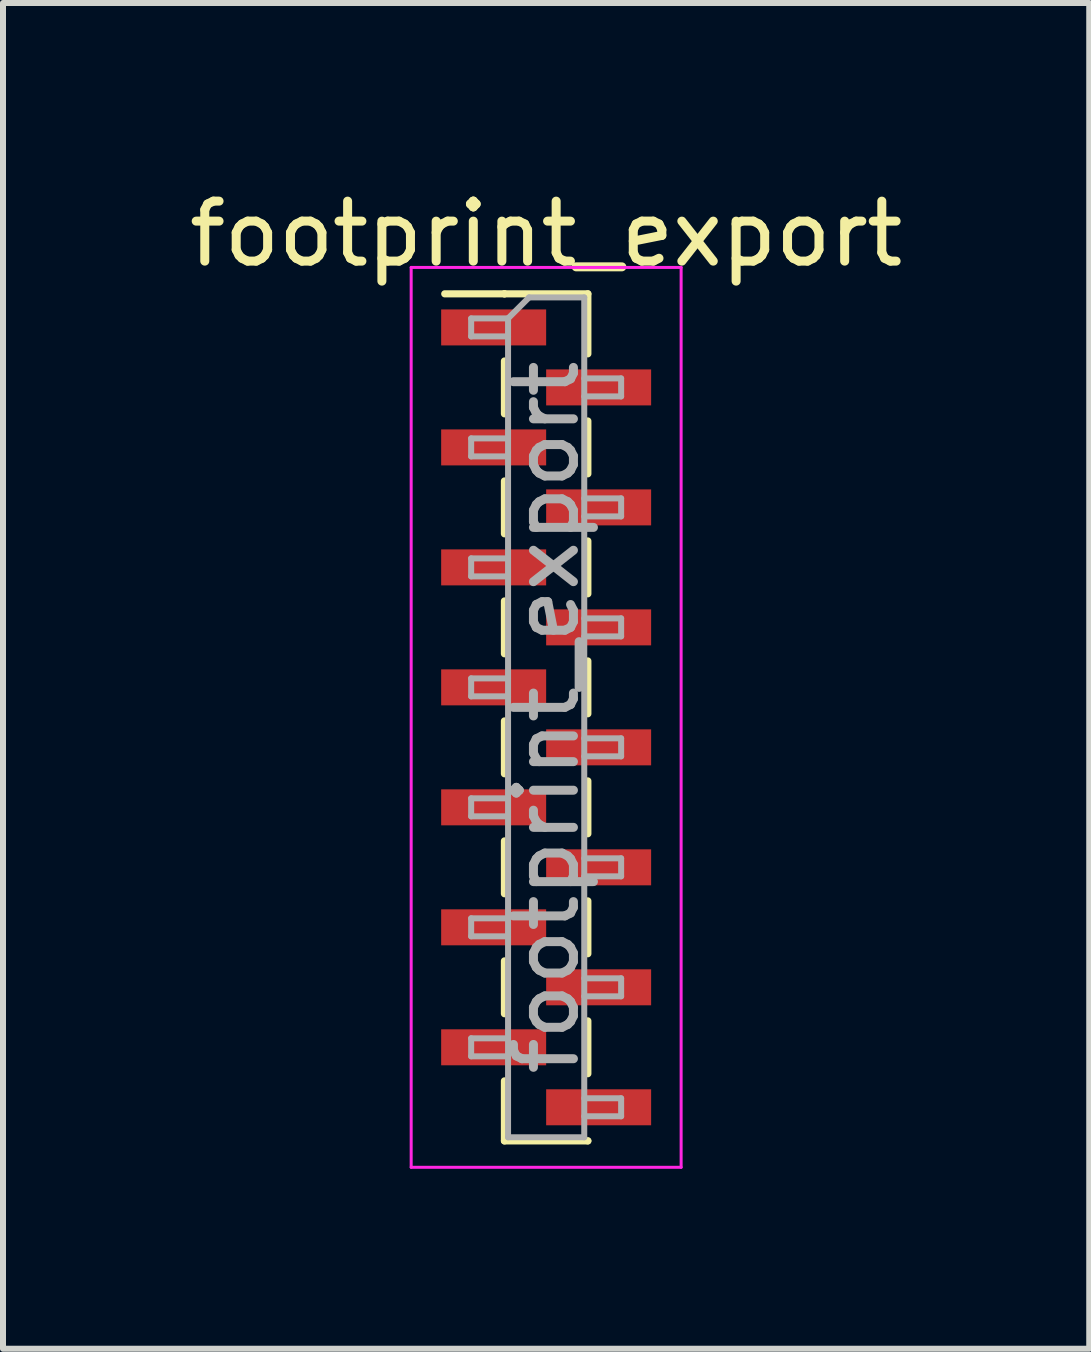
<source format=kicad_pcb>
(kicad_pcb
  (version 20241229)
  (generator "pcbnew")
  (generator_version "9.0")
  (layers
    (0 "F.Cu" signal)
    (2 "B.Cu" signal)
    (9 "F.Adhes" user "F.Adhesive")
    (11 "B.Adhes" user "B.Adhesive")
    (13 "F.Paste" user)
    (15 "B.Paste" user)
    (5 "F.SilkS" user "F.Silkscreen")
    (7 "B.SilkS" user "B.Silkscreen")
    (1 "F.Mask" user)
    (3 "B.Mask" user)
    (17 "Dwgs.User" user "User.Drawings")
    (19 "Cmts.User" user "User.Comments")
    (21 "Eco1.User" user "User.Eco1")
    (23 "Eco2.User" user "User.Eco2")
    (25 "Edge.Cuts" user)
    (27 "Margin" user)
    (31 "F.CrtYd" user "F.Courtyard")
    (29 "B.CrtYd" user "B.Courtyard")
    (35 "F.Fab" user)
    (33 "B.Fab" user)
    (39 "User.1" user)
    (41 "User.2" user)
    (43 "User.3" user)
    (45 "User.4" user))
  (footprint "footprint_export"
    (layer "F.Cu")
    (at 6.054 8.908)
    (property "Reference" "footprint_export" (at 0 -8.06 0) (layer "F.SilkS") (effects (font (size 1 1) (thickness 0.15))))
    (attr smd)
    (fp_line (start -0.695 -7.06) (end -1.69 -7.06) (stroke (width 0.12) (type solid)) (layer "F.SilkS"))
    (fp_line (start -0.695 -7.06) (end -0.695 -7.06) (stroke (width 0.12) (type solid)) (layer "F.SilkS"))
    (fp_line (start -0.695 -7.06) (end 0.695 -7.06) (stroke (width 0.12) (type solid)) (layer "F.SilkS"))
    (fp_line (start -0.695 -5.94) (end -0.695 -5.06) (stroke (width 0.12) (type solid)) (layer "F.SilkS"))
    (fp_line (start -0.695 -3.94) (end -0.695 -3.06) (stroke (width 0.12) (type solid)) (layer "F.SilkS"))
    (fp_line (start -0.695 -1.94) (end -0.695 -1.06) (stroke (width 0.12) (type solid)) (layer "F.SilkS"))
    (fp_line (start -0.695 0.06) (end -0.695 0.94) (stroke (width 0.12) (type solid)) (layer "F.SilkS"))
    (fp_line (start -0.695 2.06) (end -0.695 2.94) (stroke (width 0.12) (type solid)) (layer "F.SilkS"))
    (fp_line (start -0.695 4.06) (end -0.695 4.94) (stroke (width 0.12) (type solid)) (layer "F.SilkS"))
    (fp_line (start -0.695 6.06) (end -0.695 7.06) (stroke (width 0.12) (type solid)) (layer "F.SilkS"))
    (fp_line (start -0.695 7.06) (end 0.695 7.06) (stroke (width 0.12) (type solid)) (layer "F.SilkS"))
    (fp_line (start 0.695 -7.06) (end 0.695 -6.06) (stroke (width 0.12) (type solid)) (layer "F.SilkS"))
    (fp_line (start 0.695 -4.94) (end 0.695 -4.06) (stroke (width 0.12) (type solid)) (layer "F.SilkS"))
    (fp_line (start 0.695 -2.94) (end 0.695 -2.06) (stroke (width 0.12) (type solid)) (layer "F.SilkS"))
    (fp_line (start 0.695 -0.94) (end 0.695 -0.06) (stroke (width 0.12) (type solid)) (layer "F.SilkS"))
    (fp_line (start 0.695 1.06) (end 0.695 1.94) (stroke (width 0.12) (type solid)) (layer "F.SilkS"))
    (fp_line (start 0.695 3.06) (end 0.695 3.94) (stroke (width 0.12) (type solid)) (layer "F.SilkS"))
    (fp_line (start 0.695 5.06) (end 0.695 5.94) (stroke (width 0.12) (type solid)) (layer "F.SilkS"))
    (fp_line (start 0.695 7.06) (end 0.695 7.06) (stroke (width 0.12) (type solid)) (layer "F.SilkS"))
    (fp_line (start -2.25 -7.5) (end -2.25 7.5) (stroke (width 0.05) (type solid)) (layer "F.CrtYd"))
    (fp_line (start -2.25 7.5) (end 2.25 7.5) (stroke (width 0.05) (type solid)) (layer "F.CrtYd"))
    (fp_line (start 2.25 -7.5) (end -2.25 -7.5) (stroke (width 0.05) (type solid)) (layer "F.CrtYd"))
    (fp_line (start 2.25 7.5) (end 2.25 -7.5) (stroke (width 0.05) (type solid)) (layer "F.CrtYd"))
    (fp_line (start -1.25 -6.65) (end -1.25 -6.35) (stroke (width 0.1) (type solid)) (layer "F.Fab"))
    (fp_line (start -1.25 -6.35) (end -0.635 -6.35) (stroke (width 0.1) (type solid)) (layer "F.Fab"))
    (fp_line (start -1.25 -4.65) (end -1.25 -4.35) (stroke (width 0.1) (type solid)) (layer "F.Fab"))
    (fp_line (start -1.25 -4.35) (end -0.635 -4.35) (stroke (width 0.1) (type solid)) (layer "F.Fab"))
    (fp_line (start -1.25 -2.65) (end -1.25 -2.35) (stroke (width 0.1) (type solid)) (layer "F.Fab"))
    (fp_line (start -1.25 -2.35) (end -0.635 -2.35) (stroke (width 0.1) (type solid)) (layer "F.Fab"))
    (fp_line (start -1.25 -0.65) (end -1.25 -0.35) (stroke (width 0.1) (type solid)) (layer "F.Fab"))
    (fp_line (start -1.25 -0.35) (end -0.635 -0.35) (stroke (width 0.1) (type solid)) (layer "F.Fab"))
    (fp_line (start -1.25 1.35) (end -1.25 1.65) (stroke (width 0.1) (type solid)) (layer "F.Fab"))
    (fp_line (start -1.25 1.65) (end -0.635 1.65) (stroke (width 0.1) (type solid)) (layer "F.Fab"))
    (fp_line (start -1.25 3.35) (end -1.25 3.65) (stroke (width 0.1) (type solid)) (layer "F.Fab"))
    (fp_line (start -1.25 3.65) (end -0.635 3.65) (stroke (width 0.1) (type solid)) (layer "F.Fab"))
    (fp_line (start -1.25 5.35) (end -1.25 5.65) (stroke (width 0.1) (type solid)) (layer "F.Fab"))
    (fp_line (start -1.25 5.65) (end -0.635 5.65) (stroke (width 0.1) (type solid)) (layer "F.Fab"))
    (fp_line (start -0.635 -6.65) (end -1.25 -6.65) (stroke (width 0.1) (type solid)) (layer "F.Fab"))
    (fp_line (start -0.635 -6.65) (end -0.285 -7) (stroke (width 0.1) (type solid)) (layer "F.Fab"))
    (fp_line (start -0.635 -4.65) (end -1.25 -4.65) (stroke (width 0.1) (type solid)) (layer "F.Fab"))
    (fp_line (start -0.635 -2.65) (end -1.25 -2.65) (stroke (width 0.1) (type solid)) (layer "F.Fab"))
    (fp_line (start -0.635 -0.65) (end -1.25 -0.65) (stroke (width 0.1) (type solid)) (layer "F.Fab"))
    (fp_line (start -0.635 1.35) (end -1.25 1.35) (stroke (width 0.1) (type solid)) (layer "F.Fab"))
    (fp_line (start -0.635 3.35) (end -1.25 3.35) (stroke (width 0.1) (type solid)) (layer "F.Fab"))
    (fp_line (start -0.635 5.35) (end -1.25 5.35) (stroke (width 0.1) (type solid)) (layer "F.Fab"))
    (fp_line (start -0.635 7) (end -0.635 -6.65) (stroke (width 0.1) (type solid)) (layer "F.Fab"))
    (fp_line (start -0.285 -7) (end 0.635 -7) (stroke (width 0.1) (type solid)) (layer "F.Fab"))
    (fp_line (start 0.635 -7) (end 0.635 7) (stroke (width 0.1) (type solid)) (layer "F.Fab"))
    (fp_line (start 0.635 -5.65) (end 1.25 -5.65) (stroke (width 0.1) (type solid)) (layer "F.Fab"))
    (fp_line (start 0.635 -3.65) (end 1.25 -3.65) (stroke (width 0.1) (type solid)) (layer "F.Fab"))
    (fp_line (start 0.635 -1.65) (end 1.25 -1.65) (stroke (width 0.1) (type solid)) (layer "F.Fab"))
    (fp_line (start 0.635 0.35) (end 1.25 0.35) (stroke (width 0.1) (type solid)) (layer "F.Fab"))
    (fp_line (start 0.635 2.35) (end 1.25 2.35) (stroke (width 0.1) (type solid)) (layer "F.Fab"))
    (fp_line (start 0.635 4.35) (end 1.25 4.35) (stroke (width 0.1) (type solid)) (layer "F.Fab"))
    (fp_line (start 0.635 6.35) (end 1.25 6.35) (stroke (width 0.1) (type solid)) (layer "F.Fab"))
    (fp_line (start 0.635 7) (end -0.635 7) (stroke (width 0.1) (type solid)) (layer "F.Fab"))
    (fp_line (start 1.25 -5.65) (end 1.25 -5.35) (stroke (width 0.1) (type solid)) (layer "F.Fab"))
    (fp_line (start 1.25 -5.35) (end 0.635 -5.35) (stroke (width 0.1) (type solid)) (layer "F.Fab"))
    (fp_line (start 1.25 -3.65) (end 1.25 -3.35) (stroke (width 0.1) (type solid)) (layer "F.Fab"))
    (fp_line (start 1.25 -3.35) (end 0.635 -3.35) (stroke (width 0.1) (type solid)) (layer "F.Fab"))
    (fp_line (start 1.25 -1.65) (end 1.25 -1.35) (stroke (width 0.1) (type solid)) (layer "F.Fab"))
    (fp_line (start 1.25 -1.35) (end 0.635 -1.35) (stroke (width 0.1) (type solid)) (layer "F.Fab"))
    (fp_line (start 1.25 0.35) (end 1.25 0.65) (stroke (width 0.1) (type solid)) (layer "F.Fab"))
    (fp_line (start 1.25 0.65) (end 0.635 0.65) (stroke (width 0.1) (type solid)) (layer "F.Fab"))
    (fp_line (start 1.25 2.35) (end 1.25 2.65) (stroke (width 0.1) (type solid)) (layer "F.Fab"))
    (fp_line (start 1.25 2.65) (end 0.635 2.65) (stroke (width 0.1) (type solid)) (layer "F.Fab"))
    (fp_line (start 1.25 4.35) (end 1.25 4.65) (stroke (width 0.1) (type solid)) (layer "F.Fab"))
    (fp_line (start 1.25 4.65) (end 0.635 4.65) (stroke (width 0.1) (type solid)) (layer "F.Fab"))
    (fp_line (start 1.25 6.35) (end 1.25 6.65) (stroke (width 0.1) (type solid)) (layer "F.Fab"))
    (fp_line (start 1.25 6.65) (end 0.635 6.65) (stroke (width 0.1) (type solid)) (layer "F.Fab"))
    (fp_text user "${REFERENCE}" (at 0 0 90) (layer "F.Fab") (effects (font (size 1 1) (thickness 0.15))))
    (pad "1" smd rect (at -0.875 -6.5) (size 1.75 0.6) (layers "F.Cu" "F.Mask" "F.Paste"))
    (pad "2" smd rect (at 0.875 -5.5) (size 1.75 0.6) (layers "F.Cu" "F.Mask" "F.Paste"))
    (pad "3" smd rect (at -0.875 -4.5) (size 1.75 0.6) (layers "F.Cu" "F.Mask" "F.Paste"))
    (pad "4" smd rect (at 0.875 -3.5) (size 1.75 0.6) (layers "F.Cu" "F.Mask" "F.Paste"))
    (pad "5" smd rect (at -0.875 -2.5) (size 1.75 0.6) (layers "F.Cu" "F.Mask" "F.Paste"))
    (pad "6" smd rect (at 0.875 -1.5) (size 1.75 0.6) (layers "F.Cu" "F.Mask" "F.Paste"))
    (pad "7" smd rect (at -0.875 -0.5) (size 1.75 0.6) (layers "F.Cu" "F.Mask" "F.Paste"))
    (pad "8" smd rect (at 0.875 0.5) (size 1.75 0.6) (layers "F.Cu" "F.Mask" "F.Paste"))
    (pad "9" smd rect (at -0.875 1.5) (size 1.75 0.6) (layers "F.Cu" "F.Mask" "F.Paste"))
    (pad "10" smd rect (at 0.875 2.5) (size 1.75 0.6) (layers "F.Cu" "F.Mask" "F.Paste"))
    (pad "11" smd rect (at -0.875 3.5) (size 1.75 0.6) (layers "F.Cu" "F.Mask" "F.Paste"))
    (pad "12" smd rect (at 0.875 4.5) (size 1.75 0.6) (layers "F.Cu" "F.Mask" "F.Paste"))
    (pad "13" smd rect (at -0.875 5.5) (size 1.75 0.6) (layers "F.Cu" "F.Mask" "F.Paste"))
    (pad "14" smd rect (at 0.875 6.5) (size 1.75 0.6) (layers "F.Cu" "F.Mask" "F.Paste")))
  (gr_rect
    (start -3 -3)
    (end 15.107 19.433)
    (stroke (width 0.1) (type default))
    (fill no)
    (layer "Edge.Cuts")))
</source>
